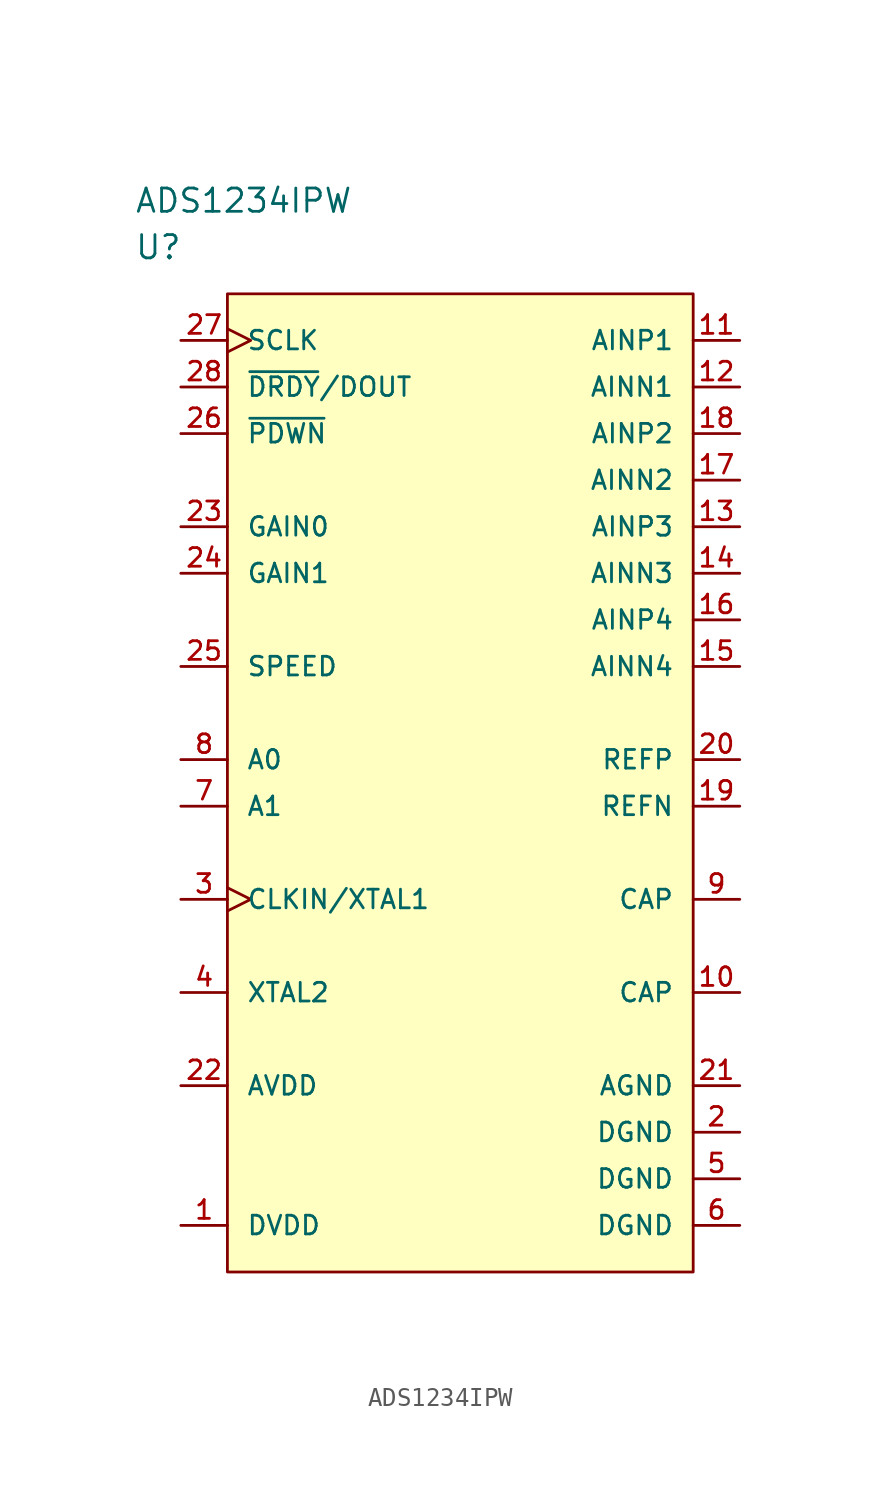
<source format=kicad_sym>
(kicad_symbol_lib
  (version 20220914)
  (generator kicad_symbol_editor)
  (symbol "ADS1234IPW"
    (pin_names
      (offset 1.016))
    (property "Reference" "U"
      (at 0 5.08 0)
      (effects (font (size 1.27 1.27)) (justify left)))
    (property "Value" "ADS1234IPW"
      (at 0 7.62 0)
      (effects (font (size 1.27 1.27)) (justify left)))
    (symbol "ADS1234IPW_1_1"
      (rectangle (start 5.08 2.54) (end 30.48 -50.8) (stroke (width 0) (type solid)) (fill (type background)))
      (pin power_in line (at 2.54 -48.26 0) (length 2.54) (name "DVDD" (effects (font (size 1.016 1.016)))) (number "1" (effects (font (size 1.016 1.016)))))
      (pin passive line (at 33.02 -35.56 180) (length 2.54) (name "CAP" (effects (font (size 1.016 1.016)))) (number "10" (effects (font (size 1.016 1.016)))))
      (pin input line (at 33.02 0 180) (length 2.54) (name "AINP1" (effects (font (size 1.016 1.016)))) (number "11" (effects (font (size 1.016 1.016)))))
      (pin input line (at 33.02 -2.54 180) (length 2.54) (name "AINN1" (effects (font (size 1.016 1.016)))) (number "12" (effects (font (size 1.016 1.016)))))
      (pin input line (at 33.02 -10.16 180) (length 2.54) (name "AINP3" (effects (font (size 1.016 1.016)))) (number "13" (effects (font (size 1.016 1.016)))))
      (pin input line (at 33.02 -12.7 180) (length 2.54) (name "AINN3" (effects (font (size 1.016 1.016)))) (number "14" (effects (font (size 1.016 1.016)))))
      (pin input line (at 33.02 -17.78 180) (length 2.54) (name "AINN4" (effects (font (size 1.016 1.016)))) (number "15" (effects (font (size 1.016 1.016)))))
      (pin input line (at 33.02 -15.24 180) (length 2.54) (name "AINP4" (effects (font (size 1.016 1.016)))) (number "16" (effects (font (size 1.016 1.016)))))
      (pin input line (at 33.02 -7.62 180) (length 2.54) (name "AINN2" (effects (font (size 1.016 1.016)))) (number "17" (effects (font (size 1.016 1.016)))))
      (pin input line (at 33.02 -5.08 180) (length 2.54) (name "AINP2" (effects (font (size 1.016 1.016)))) (number "18" (effects (font (size 1.016 1.016)))))
      (pin input line (at 33.02 -25.4 180) (length 2.54) (name "REFN" (effects (font (size 1.016 1.016)))) (number "19" (effects (font (size 1.016 1.016)))))
      (pin power_in line (at 33.02 -43.18 180) (length 2.54) (name "DGND" (effects (font (size 1.016 1.016)))) (number "2" (effects (font (size 1.016 1.016)))))
      (pin input line (at 33.02 -22.86 180) (length 2.54) (name "REFP" (effects (font (size 1.016 1.016)))) (number "20" (effects (font (size 1.016 1.016)))))
      (pin power_in line (at 33.02 -40.64 180) (length 2.54) (name "AGND" (effects (font (size 1.016 1.016)))) (number "21" (effects (font (size 1.016 1.016)))))
      (pin power_in line (at 2.54 -40.64 0) (length 2.54) (name "AVDD" (effects (font (size 1.016 1.016)))) (number "22" (effects (font (size 1.016 1.016)))))
      (pin input line (at 2.54 -10.16 0) (length 2.54) (name "GAIN0" (effects (font (size 1.016 1.016)))) (number "23" (effects (font (size 1.016 1.016)))))
      (pin input line (at 2.54 -12.7 0) (length 2.54) (name "GAIN1" (effects (font (size 1.016 1.016)))) (number "24" (effects (font (size 1.016 1.016)))))
      (pin input line (at 2.54 -17.78 0) (length 2.54) (name "SPEED" (effects (font (size 1.016 1.016)))) (number "25" (effects (font (size 1.016 1.016)))))
      (pin input line (at 2.54 -5.08 0) (length 2.54) (name "~{PDWN}" (effects (font (size 1.016 1.016)))) (number "26" (effects (font (size 1.016 1.016)))))
      (pin input clock (at 2.54 0 0) (length 2.54) (name "SCLK" (effects (font (size 1.016 1.016)))) (number "27" (effects (font (size 1.016 1.016)))))
      (pin output line (at 2.54 -2.54 0) (length 2.54) (name "~{DRDY}/DOUT" (effects (font (size 1.016 1.016)))) (number "28" (effects (font (size 1.016 1.016)))))
      (pin input clock (at 2.54 -30.48 0) (length 2.54) (name "CLKIN/XTAL1" (effects (font (size 1.016 1.016)))) (number "3" (effects (font (size 1.016 1.016)))))
      (pin passive line (at 2.54 -35.56 0) (length 2.54) (name "XTAL2" (effects (font (size 1.016 1.016)))) (number "4" (effects (font (size 1.016 1.016)))))
      (pin power_in line (at 33.02 -45.72 180) (length 2.54) (name "DGND" (effects (font (size 1.016 1.016)))) (number "5" (effects (font (size 1.016 1.016)))))
      (pin power_in line (at 33.02 -48.26 180) (length 2.54) (name "DGND" (effects (font (size 1.016 1.016)))) (number "6" (effects (font (size 1.016 1.016)))))
      (pin input line (at 2.54 -25.4 0) (length 2.54) (name "A1" (effects (font (size 1.016 1.016)))) (number "7" (effects (font (size 1.016 1.016)))))
      (pin input line (at 2.54 -22.86 0) (length 2.54) (name "A0" (effects (font (size 1.016 1.016)))) (number "8" (effects (font (size 1.016 1.016)))))
      (pin passive line (at 33.02 -30.48 180) (length 2.54) (name "CAP" (effects (font (size 1.016 1.016)))) (number "9" (effects (font (size 1.016 1.016))))))))
</source>
